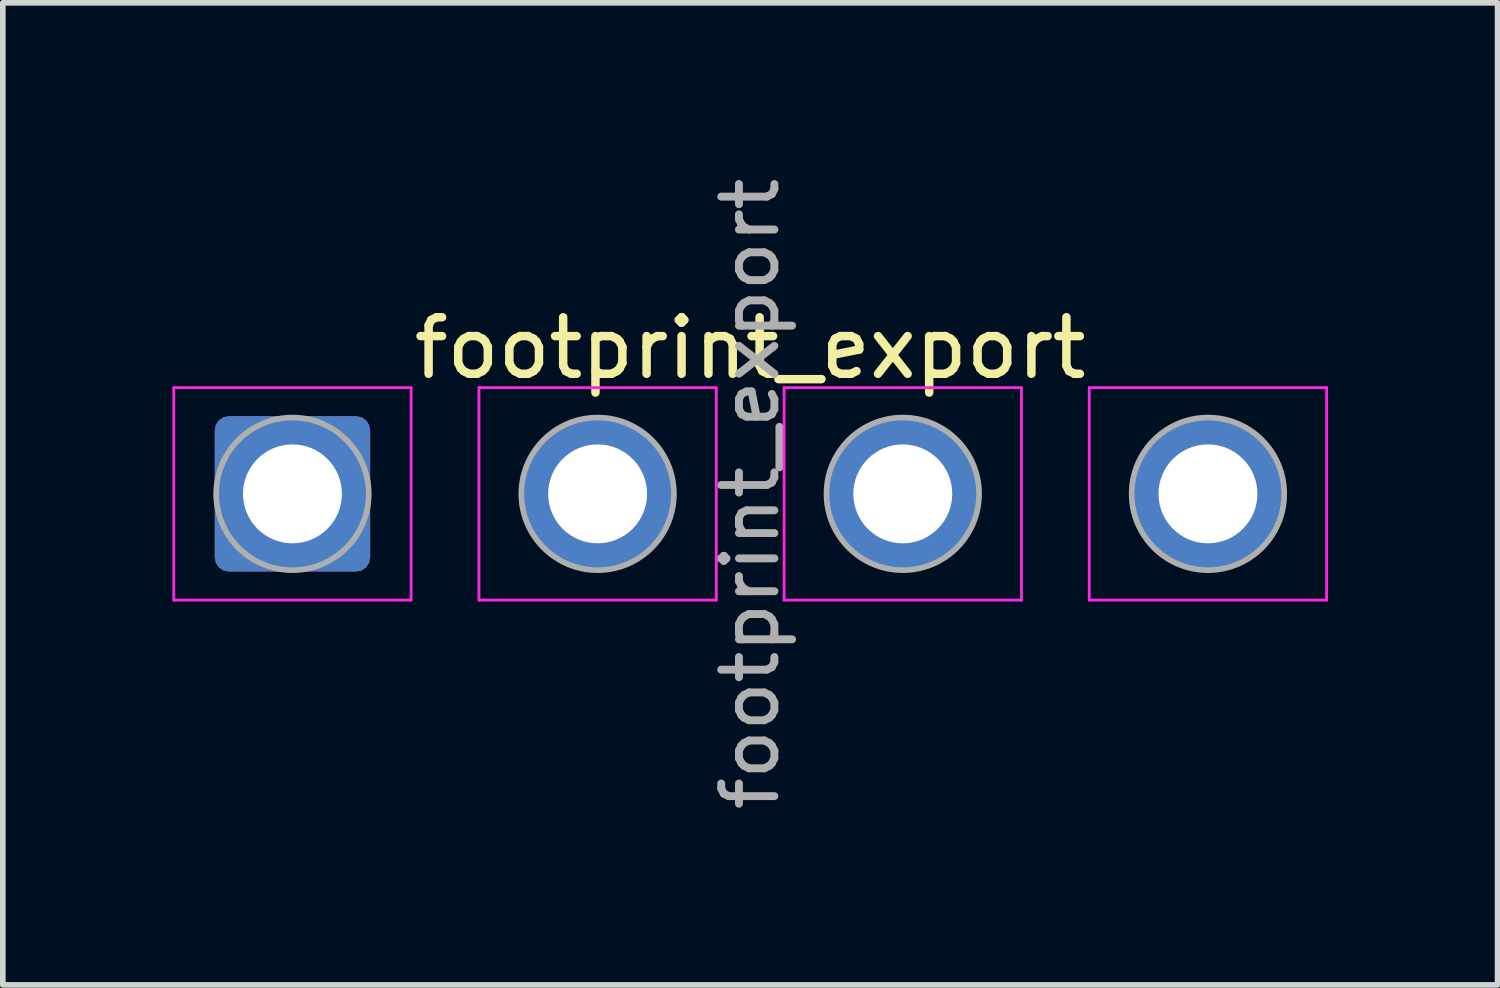
<source format=kicad_pcb>
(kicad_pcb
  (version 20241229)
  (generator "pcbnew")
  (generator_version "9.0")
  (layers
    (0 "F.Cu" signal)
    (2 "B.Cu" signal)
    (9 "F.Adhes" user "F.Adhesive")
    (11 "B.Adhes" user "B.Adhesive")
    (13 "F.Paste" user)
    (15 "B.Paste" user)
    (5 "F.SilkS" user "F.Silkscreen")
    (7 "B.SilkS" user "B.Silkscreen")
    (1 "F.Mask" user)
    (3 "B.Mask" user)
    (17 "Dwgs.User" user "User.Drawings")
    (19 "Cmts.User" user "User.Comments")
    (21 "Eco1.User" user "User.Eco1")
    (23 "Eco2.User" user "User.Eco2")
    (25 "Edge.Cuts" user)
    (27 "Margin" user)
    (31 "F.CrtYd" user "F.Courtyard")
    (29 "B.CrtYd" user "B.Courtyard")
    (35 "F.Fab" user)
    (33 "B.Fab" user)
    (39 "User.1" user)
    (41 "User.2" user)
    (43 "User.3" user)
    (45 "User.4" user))
  (footprint "footprint_export"
    (layer "F.Cu")
    (at 2.125 5.689)
    (property "Reference" "footprint_export" (at 8.1 -2.58 0) (layer "F.SilkS") (effects (font (size 1 1) (thickness 0.15))))
    (attr exclude_from_pos_files exclude_from_bom)
    (fp_line (start -2.1 -1.88) (end -2.1 1.88) (stroke (width 0.05) (type solid)) (layer "F.CrtYd"))
    (fp_line (start -2.1 1.88) (end 2.1 1.88) (stroke (width 0.05) (type solid)) (layer "F.CrtYd"))
    (fp_line (start 2.1 -1.88) (end -2.1 -1.88) (stroke (width 0.05) (type solid)) (layer "F.CrtYd"))
    (fp_line (start 2.1 1.88) (end 2.1 -1.88) (stroke (width 0.05) (type solid)) (layer "F.CrtYd"))
    (fp_line (start 3.3 -1.88) (end 3.3 1.88) (stroke (width 0.05) (type solid)) (layer "F.CrtYd"))
    (fp_line (start 3.3 1.88) (end 7.5 1.88) (stroke (width 0.05) (type solid)) (layer "F.CrtYd"))
    (fp_line (start 7.5 -1.88) (end 3.3 -1.88) (stroke (width 0.05) (type solid)) (layer "F.CrtYd"))
    (fp_line (start 7.5 1.88) (end 7.5 -1.88) (stroke (width 0.05) (type solid)) (layer "F.CrtYd"))
    (fp_line (start 8.7 -1.88) (end 8.7 1.88) (stroke (width 0.05) (type solid)) (layer "F.CrtYd"))
    (fp_line (start 8.7 1.88) (end 12.9 1.88) (stroke (width 0.05) (type solid)) (layer "F.CrtYd"))
    (fp_line (start 12.9 -1.88) (end 8.7 -1.88) (stroke (width 0.05) (type solid)) (layer "F.CrtYd"))
    (fp_line (start 12.9 1.88) (end 12.9 -1.88) (stroke (width 0.05) (type solid)) (layer "F.CrtYd"))
    (fp_line (start 14.1 -1.88) (end 14.1 1.88) (stroke (width 0.05) (type solid)) (layer "F.CrtYd"))
    (fp_line (start 14.1 1.88) (end 18.3 1.88) (stroke (width 0.05) (type solid)) (layer "F.CrtYd"))
    (fp_line (start 18.3 -1.88) (end 14.1 -1.88) (stroke (width 0.05) (type solid)) (layer "F.CrtYd"))
    (fp_line (start 18.3 1.88) (end 18.3 -1.88) (stroke (width 0.05) (type solid)) (layer "F.CrtYd"))
    (fp_circle (center 0 0) (end 1.35 0) (stroke (width 0.1) (type solid)) (fill no) (layer "F.Fab"))
    (fp_circle (center 5.4 0) (end 6.75 0) (stroke (width 0.1) (type solid)) (fill no) (layer "F.Fab"))
    (fp_circle (center 10.8 0) (end 12.15 0) (stroke (width 0.1) (type solid)) (fill no) (layer "F.Fab"))
    (fp_circle (center 16.2 0) (end 17.55 0) (stroke (width 0.1) (type solid)) (fill no) (layer "F.Fab"))
    (fp_text user "${REFERENCE}" (at 8.1 0 90) (layer "F.Fab") (effects (font (size 0.94 0.94) (thickness 0.14))))
    (pad "1" thru_hole roundrect (at 0 0) (size 2.75 2.75) (drill 1.75) (layers "*.Cu" "*.Mask") (roundrect_rratio 0.091))
    (pad "2" thru_hole circle (at 5.4 0) (size 2.75 2.75) (drill 1.75) (layers "*.Cu" "*.Mask"))
    (pad "3" thru_hole circle (at 10.8 0) (size 2.75 2.75) (drill 1.75) (layers "*.Cu" "*.Mask"))
    (pad "4" thru_hole circle (at 16.2 0) (size 2.75 2.75) (drill 1.75) (layers "*.Cu" "*.Mask")))
  (gr_rect
    (start -3 -3)
    (end 23.45 14.378)
    (stroke (width 0.1) (type default))
    (fill no)
    (layer "Edge.Cuts")))
</source>
